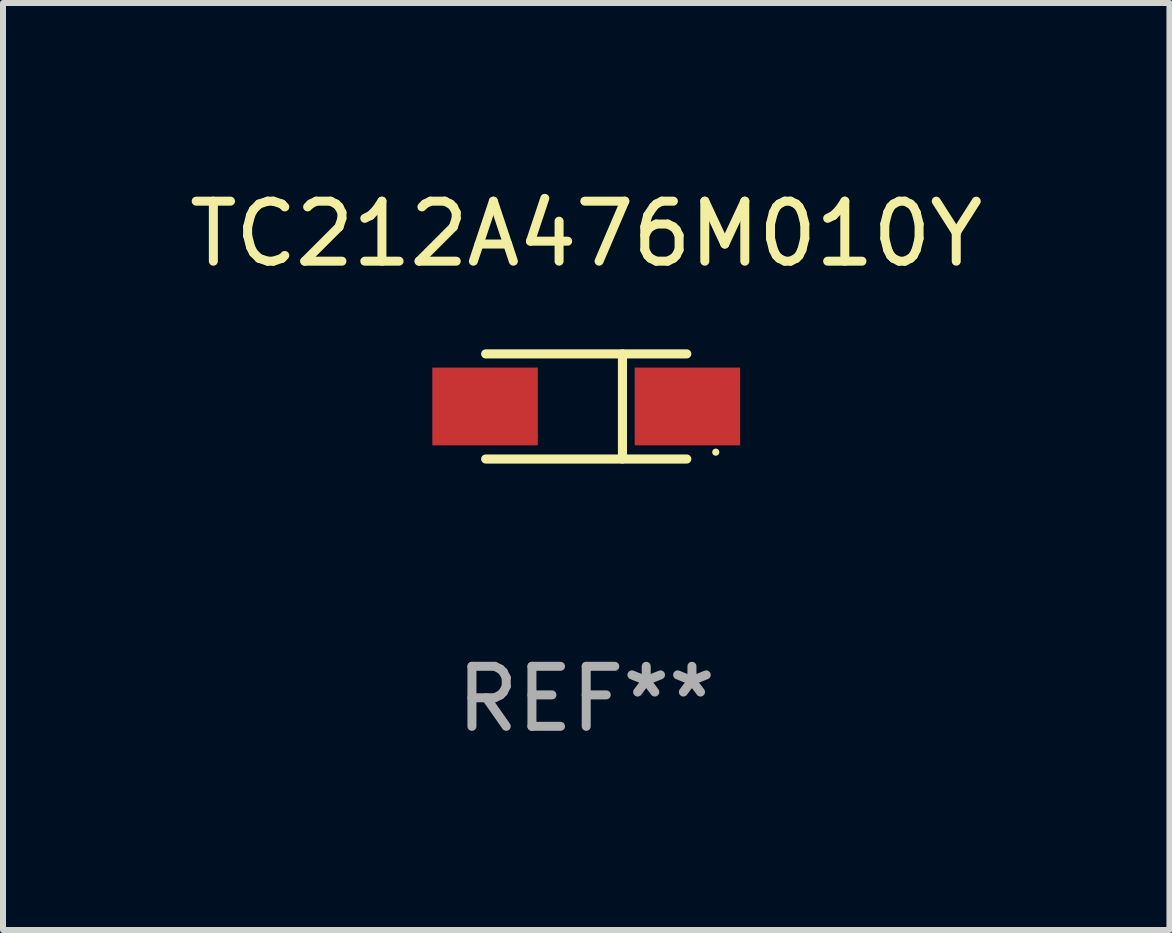
<source format=kicad_pcb>
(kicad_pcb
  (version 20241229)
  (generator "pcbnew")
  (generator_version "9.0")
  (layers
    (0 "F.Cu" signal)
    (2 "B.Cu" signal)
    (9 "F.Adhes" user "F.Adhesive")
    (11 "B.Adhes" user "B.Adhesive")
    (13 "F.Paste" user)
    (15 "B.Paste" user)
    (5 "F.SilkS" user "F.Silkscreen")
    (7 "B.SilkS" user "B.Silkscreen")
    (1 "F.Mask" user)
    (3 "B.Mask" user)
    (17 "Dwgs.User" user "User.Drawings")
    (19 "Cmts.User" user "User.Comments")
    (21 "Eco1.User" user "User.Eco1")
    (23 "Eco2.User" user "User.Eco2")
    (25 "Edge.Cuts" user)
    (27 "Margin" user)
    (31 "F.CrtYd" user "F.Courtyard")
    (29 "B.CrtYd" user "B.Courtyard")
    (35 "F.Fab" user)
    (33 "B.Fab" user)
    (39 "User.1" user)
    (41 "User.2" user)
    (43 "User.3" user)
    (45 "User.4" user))
  (footprint "TC212A476M010Y"
    (layer "F.Cu")
    (at 6.72 3.724)
    (property "Reference" "TC212A476M010Y" (at 0 -2.876 0) (layer "F.SilkS") (effects (font (size 1 1) (thickness 0.15))))
    (attr through_hole)
    (fp_line (start -1.676 -0.876) (end 1.676 -0.876) (stroke (width 0.152) (type solid)) (layer "F.SilkS"))
    (fp_line (start -1.676 0.876) (end 1.676 0.876) (stroke (width 0.152) (type solid)) (layer "F.SilkS"))
    (fp_line (start 0.604 -0.876) (end 0.604 0.876) (stroke (width 0.152) (type solid)) (layer "F.SilkS"))
    (fp_circle (center 2.159 0.762) (end 2.189 0.762) (stroke (width 0.06) (type solid)) (fill no) (layer "F.SilkS"))
    (fp_text user "REF**" (at 0 4.876 0) (layer "F.Fab") (effects (font (size 1 1) (thickness 0.15))))
    (pad "1" smd rect (at 1.686 0) (size 1.758 1.296) (layers "F.Cu" "F.Mask" "F.Paste"))
    (pad "2" smd rect (at -1.686 0) (size 1.758 1.296) (layers "F.Cu" "F.Mask" "F.Paste")))
  (gr_rect
    (start -3 -3)
    (end 16.44 12.449)
    (stroke (width 0.1) (type default))
    (fill no)
    (layer "Edge.Cuts")))
</source>
